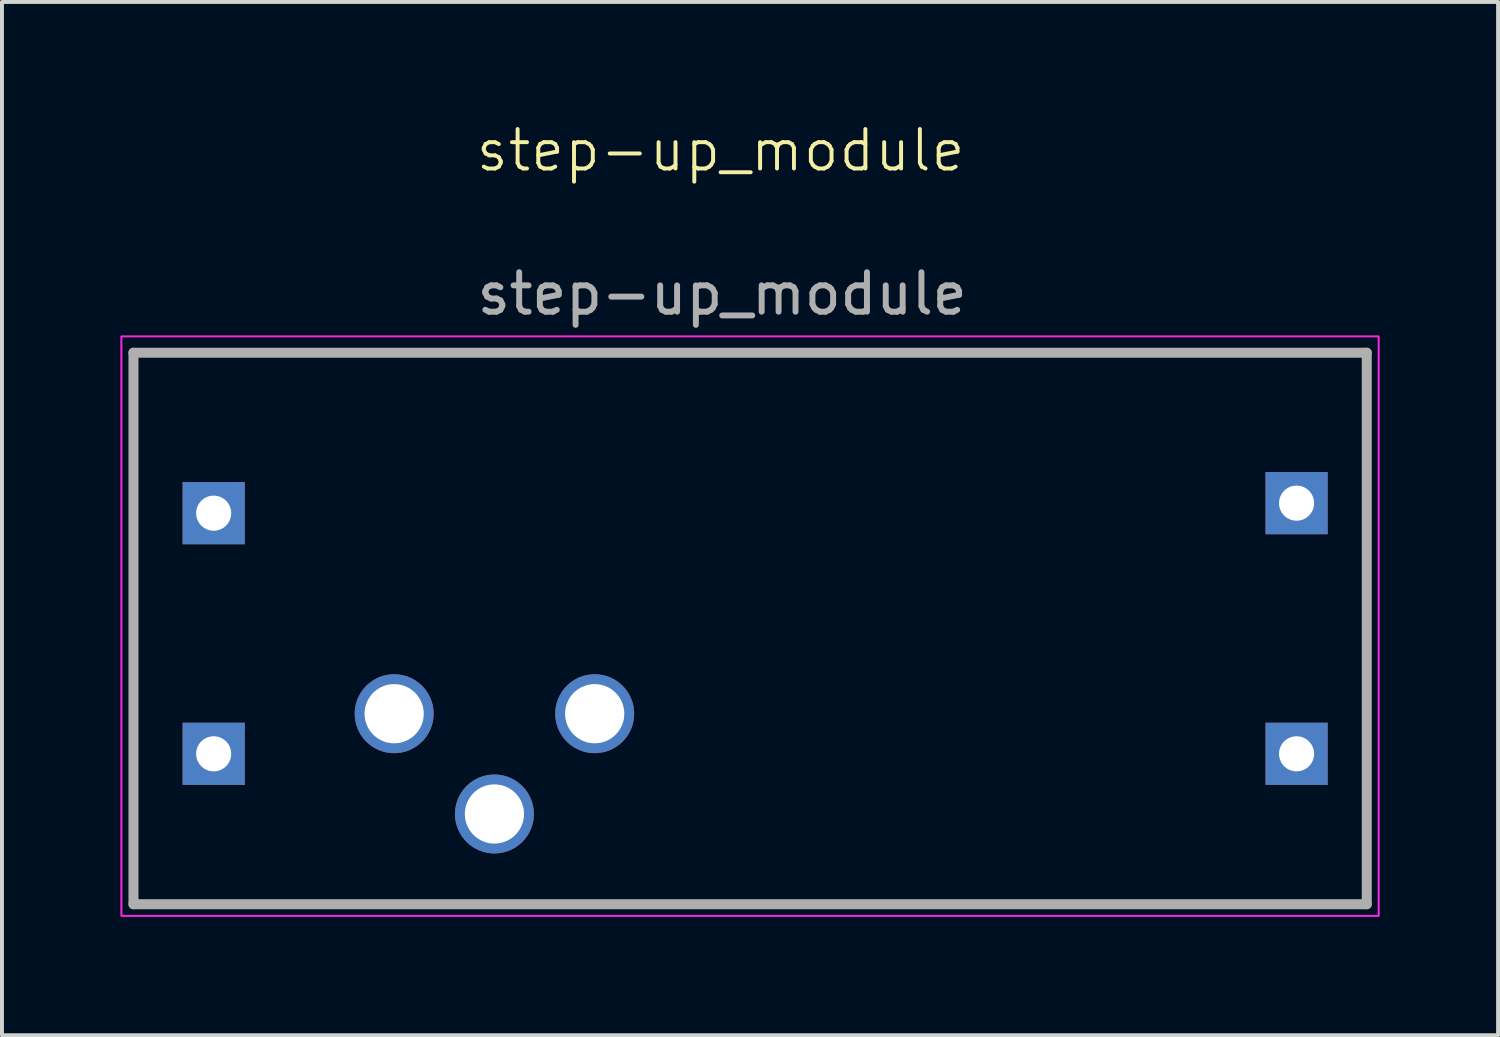
<source format=kicad_pcb>
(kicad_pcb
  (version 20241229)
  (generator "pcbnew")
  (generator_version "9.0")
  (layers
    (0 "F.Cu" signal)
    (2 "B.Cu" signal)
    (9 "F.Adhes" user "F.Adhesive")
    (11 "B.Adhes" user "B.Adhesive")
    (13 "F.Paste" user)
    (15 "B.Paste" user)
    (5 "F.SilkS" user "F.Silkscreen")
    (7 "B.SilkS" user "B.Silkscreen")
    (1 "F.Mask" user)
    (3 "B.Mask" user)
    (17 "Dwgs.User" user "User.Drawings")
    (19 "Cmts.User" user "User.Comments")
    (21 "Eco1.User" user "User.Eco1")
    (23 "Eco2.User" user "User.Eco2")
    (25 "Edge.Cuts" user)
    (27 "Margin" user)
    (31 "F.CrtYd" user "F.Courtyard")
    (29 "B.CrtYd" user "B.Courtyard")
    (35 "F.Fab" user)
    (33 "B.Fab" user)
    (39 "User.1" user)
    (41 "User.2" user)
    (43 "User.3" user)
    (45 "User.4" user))
  (footprint "step-up_module"
    (layer "F.Cu")
    (at 15.145 12.611)
    (property "Reference" "step-up_module" (at 0.06 -11.85 0) (unlocked yes) (layer "F.SilkS") (effects (font (size 1 1) (thickness 0.1))))
    (attr smd)
    (fp_line (start -14.8 -6.73) (end 16.44 -6.73) (stroke (width 0.1) (type default)) (layer "F.SilkS"))
    (fp_line (start -14.8 7.24) (end -14.8 -6.73) (stroke (width 0.1) (type default)) (layer "F.SilkS"))
    (fp_line (start 16.44 -6.7) (end 16.44 7.24) (stroke (width 0.1) (type default)) (layer "F.SilkS"))
    (fp_line (start 16.44 7.24) (end -14.8 7.24) (stroke (width 0.1) (type default)) (layer "F.SilkS"))
    (fp_rect (start -15.12 -7.14) (end 16.73 7.54) (stroke (width 0.05) (type default)) (fill no) (layer "F.CrtYd"))
    (fp_line (start -14.814 -6.725) (end 16.428 -6.725) (stroke (width 0.254) (type solid)) (layer "F.Fab"))
    (fp_line (start -14.814 7.245) (end -14.814 -6.725) (stroke (width 0.254) (type solid)) (layer "F.Fab"))
    (fp_line (start 16.428 -6.725) (end 16.428 7.245) (stroke (width 0.254) (type solid)) (layer "F.Fab"))
    (fp_line (start 16.428 7.245) (end -14.814 7.245) (stroke (width 0.254) (type solid)) (layer "F.Fab"))
    (fp_text user "${REFERENCE}" (at 0.1 -8.22 0) (unlocked yes) (layer "F.Fab") (effects (font (size 1 1) (thickness 0.15))))
    (pad "" np_thru_hole oval (at -8.21 2.419 270) (size 2 2) (drill 1.5) (layers "*.Cu" "*.Mask"))
    (pad "" np_thru_hole oval (at -5.67 4.959 270) (size 2 2) (drill 1.5) (layers "*.Cu" "*.Mask"))
    (pad "" np_thru_hole oval (at -3.13 2.419 270) (size 2 2) (drill 1.5) (layers "*.Cu" "*.Mask"))
    (pad "1" thru_hole rect (at -12.782 -2.661 270) (size 1.575 1.575) (drill 0.889) (layers "*.Cu" "*.Mask"))
    (pad "2" thru_hole rect (at -12.782 3.435 270) (size 1.575 1.575) (drill 0.889) (layers "*.Cu" "*.Mask"))
    (pad "2" thru_hole rect (at 14.65 3.435 270) (size 1.575 1.575) (drill 0.889) (layers "*.Cu" "*.Mask"))
    (pad "3" thru_hole rect (at 14.65 -2.915 270) (size 1.575 1.575) (drill 0.889) (layers "*.Cu" "*.Mask")))
  (gr_rect
    (start -3 -3)
    (end 34.9 23.175)
    (stroke (width 0.1) (type default))
    (fill no)
    (layer "Edge.Cuts")))
</source>
